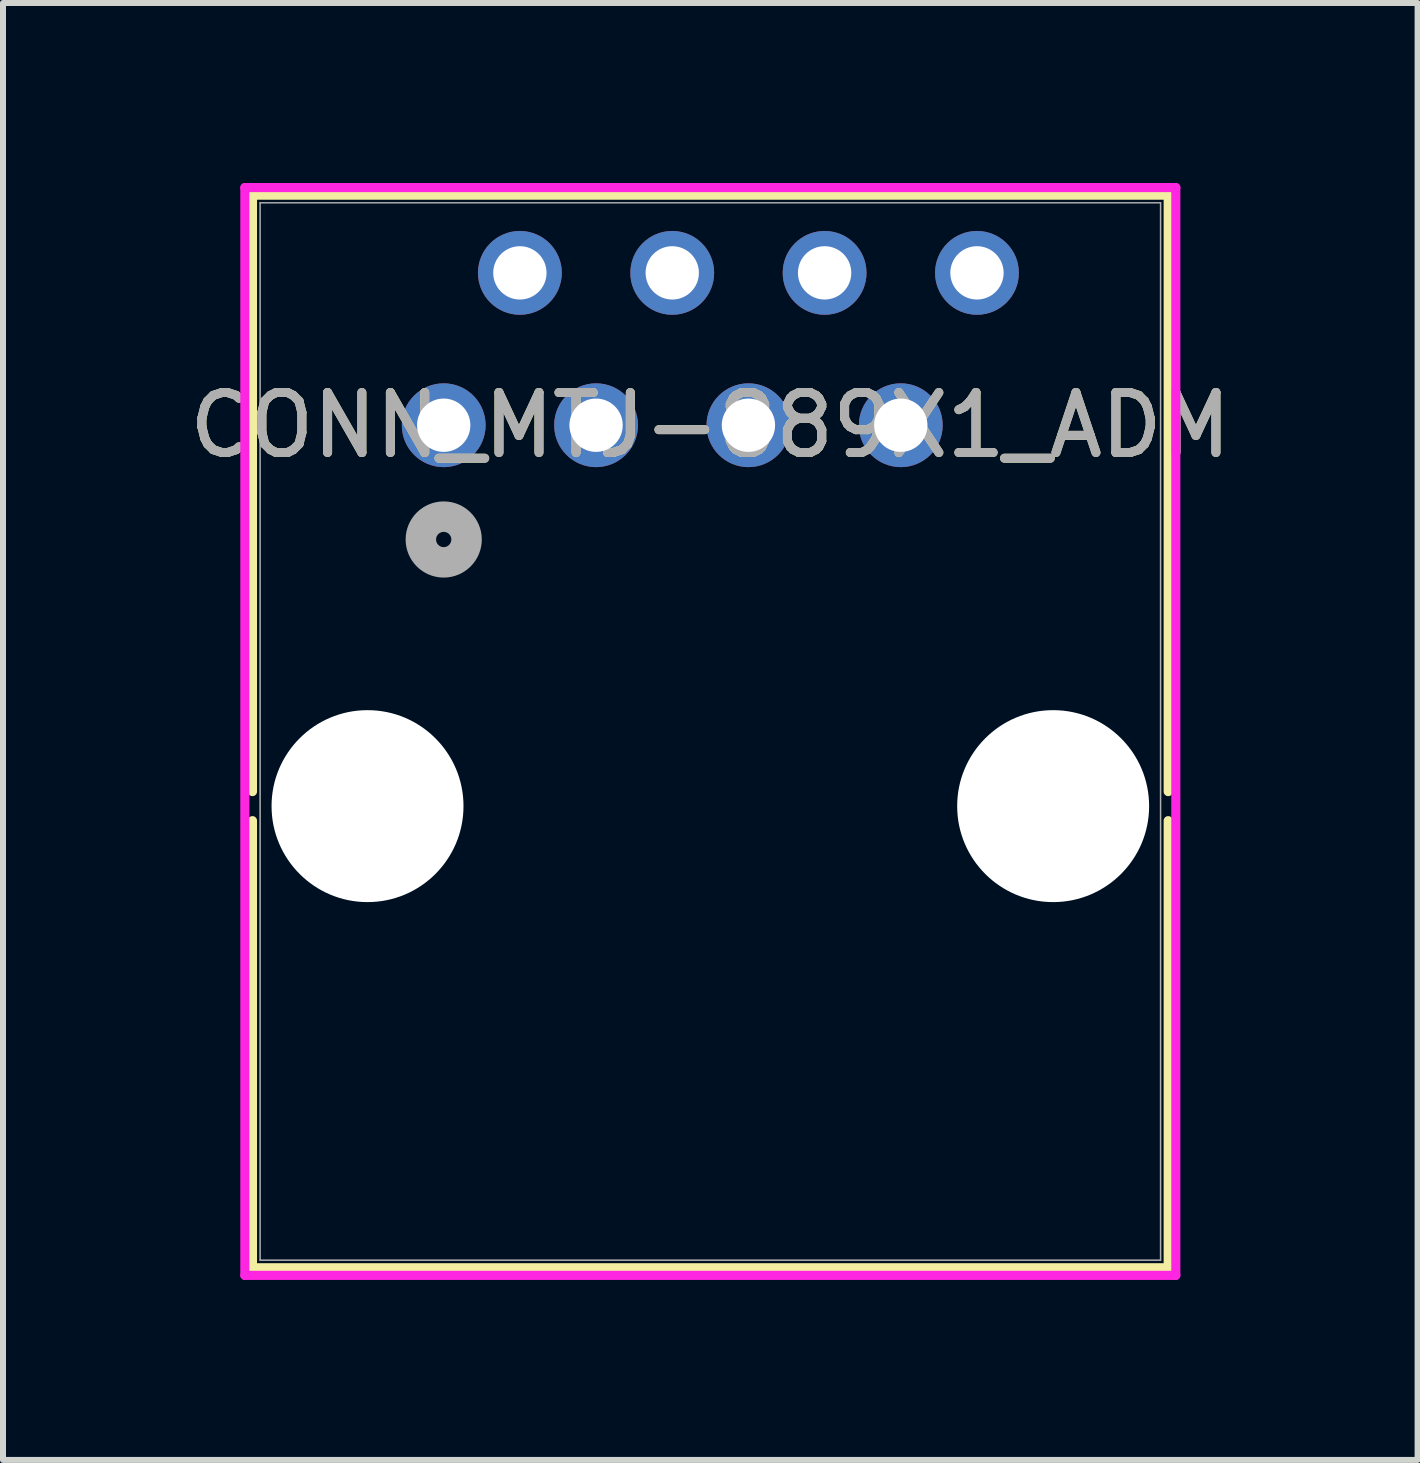
<source format=kicad_pcb>
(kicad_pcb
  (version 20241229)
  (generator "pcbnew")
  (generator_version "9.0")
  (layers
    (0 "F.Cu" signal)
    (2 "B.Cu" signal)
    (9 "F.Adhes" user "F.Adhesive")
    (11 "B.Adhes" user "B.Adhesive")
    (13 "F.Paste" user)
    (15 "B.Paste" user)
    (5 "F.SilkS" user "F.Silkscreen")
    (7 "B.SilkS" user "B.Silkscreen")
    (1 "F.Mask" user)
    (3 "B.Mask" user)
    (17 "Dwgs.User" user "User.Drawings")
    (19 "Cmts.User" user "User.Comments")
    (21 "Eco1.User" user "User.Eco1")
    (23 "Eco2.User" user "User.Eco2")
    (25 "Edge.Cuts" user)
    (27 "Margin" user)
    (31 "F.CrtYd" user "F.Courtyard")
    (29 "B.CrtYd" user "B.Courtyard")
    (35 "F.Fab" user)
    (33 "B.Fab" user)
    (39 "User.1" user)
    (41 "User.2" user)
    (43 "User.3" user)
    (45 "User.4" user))
  (footprint "CONN_MTJ-889X1_ADM"
    (layer "F.Cu")
    (at 4.347 4.039)
    (property "Reference" "CONN_MTJ-889X1_ADM" (at 4.445 0 0) (unlocked yes) (layer "F.SilkS") (effects (font (size 1 1) (thickness 0.15))))
    (attr through_hole)
    (fp_line (start -3.188 -3.835) (end -3.188 6.108) (stroke (width 0.152) (type solid)) (layer "F.SilkS"))
    (fp_line (start -3.188 6.592) (end -3.188 14.046) (stroke (width 0.152) (type solid)) (layer "F.SilkS"))
    (fp_line (start -3.188 14.046) (end 12.078 14.046) (stroke (width 0.152) (type solid)) (layer "F.SilkS"))
    (fp_line (start 12.078 -3.835) (end -3.188 -3.835) (stroke (width 0.152) (type solid)) (layer "F.SilkS"))
    (fp_line (start 12.078 6.108) (end 12.078 -3.835) (stroke (width 0.152) (type solid)) (layer "F.SilkS"))
    (fp_line (start 12.078 14.046) (end 12.078 6.592) (stroke (width 0.152) (type solid)) (layer "F.SilkS"))
    (fp_line (start -3.315 -3.962) (end -3.315 14.173) (stroke (width 0.152) (type solid)) (layer "F.CrtYd"))
    (fp_line (start -3.315 14.173) (end 12.205 14.173) (stroke (width 0.152) (type solid)) (layer "F.CrtYd"))
    (fp_line (start 12.205 -3.962) (end -3.315 -3.962) (stroke (width 0.152) (type solid)) (layer "F.CrtYd"))
    (fp_line (start 12.205 14.173) (end 12.205 -3.962) (stroke (width 0.152) (type solid)) (layer "F.CrtYd"))
    (fp_line (start -3.061 -3.708) (end -3.061 13.919) (stroke (width 0.025) (type solid)) (layer "F.Fab"))
    (fp_line (start -3.061 13.919) (end 11.951 13.919) (stroke (width 0.025) (type solid)) (layer "F.Fab"))
    (fp_line (start 11.951 -3.708) (end -3.061 -3.708) (stroke (width 0.025) (type solid)) (layer "F.Fab"))
    (fp_line (start 11.951 13.919) (end 11.951 -3.708) (stroke (width 0.025) (type solid)) (layer "F.Fab"))
    (fp_circle (center 0 1.905) (end 0.381 1.905) (stroke (width 0.508) (type solid)) (fill no) (layer "F.Fab"))
    (fp_text user "${REFERENCE}" (at 4.445 0 0) (unlocked yes) (layer "F.Fab") (effects (font (size 1 1) (thickness 0.15))))
    (pad "" np_thru_hole circle (at -1.27 6.35) (size 3.2 3.2) (drill 3.2) (layers "*.Cu" "*.Mask"))
    (pad "" np_thru_hole circle (at 10.16 6.35) (size 3.2 3.2) (drill 3.2) (layers "*.Cu" "*.Mask"))
    (pad "1" thru_hole circle (at 0 0) (size 1.397 1.397) (drill 0.889) (layers "*.Cu" "*.Mask"))
    (pad "2" thru_hole circle (at 1.27 -2.54) (size 1.397 1.397) (drill 0.889) (layers "*.Cu" "*.Mask"))
    (pad "3" thru_hole circle (at 2.54 0) (size 1.397 1.397) (drill 0.889) (layers "*.Cu" "*.Mask"))
    (pad "4" thru_hole circle (at 3.81 -2.54) (size 1.397 1.397) (drill 0.889) (layers "*.Cu" "*.Mask"))
    (pad "5" thru_hole circle (at 5.08 0) (size 1.397 1.397) (drill 0.889) (layers "*.Cu" "*.Mask"))
    (pad "6" thru_hole circle (at 6.35 -2.54) (size 1.397 1.397) (drill 0.889) (layers "*.Cu" "*.Mask"))
    (pad "7" thru_hole circle (at 7.62 0) (size 1.397 1.397) (drill 0.889) (layers "*.Cu" "*.Mask"))
    (pad "8" thru_hole circle (at 8.89 -2.54) (size 1.397 1.397) (drill 0.889) (layers "*.Cu" "*.Mask")))
  (gr_rect
    (start -3 -3)
    (end 20.583 21.288)
    (stroke (width 0.1) (type default))
    (fill no)
    (layer "Edge.Cuts")))
</source>
